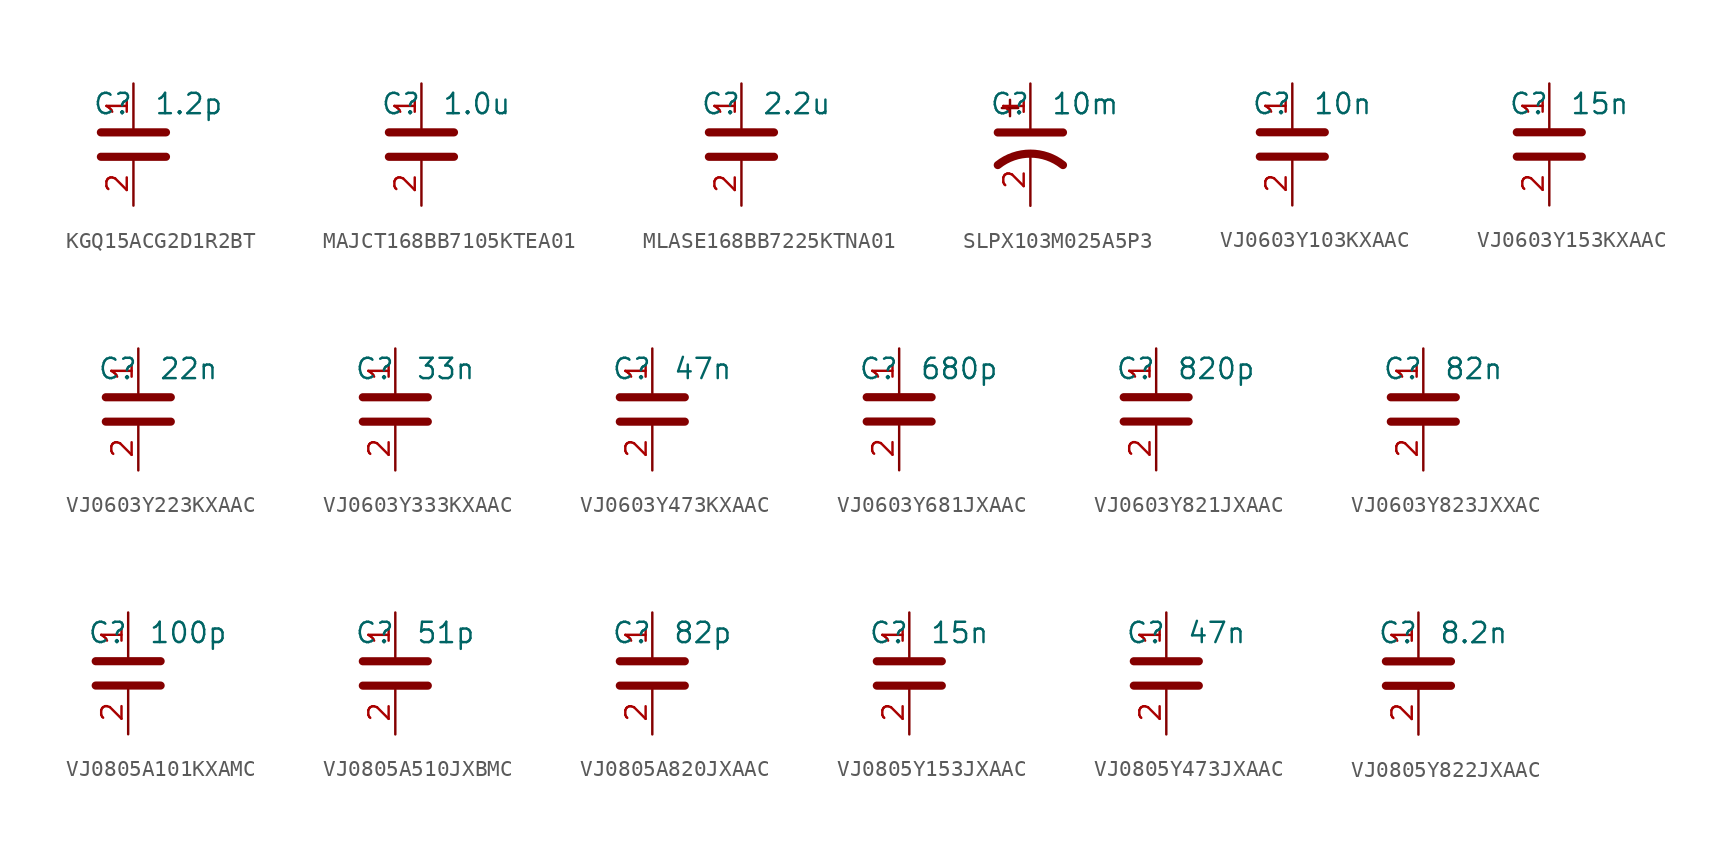
<source format=kicad_sym>
(kicad_symbol_lib
  (version 20241209)
  (generator "kicad_symbol_editor")
  (generator_version "9.0")
  (symbol "KGQ15ACG2D1R2BT"
    (property "Reference" "C"
      (at 0 2.54 0)
      (effects (font (size 1.27 1.27)) (justify right)))
    (property "Value" "1.2p"
      (at 1.27 2.54 0)
      (effects (font (size 1.27 1.27)) (justify left)))
    (symbol "KGQ15ACG2D1R2BT_0_1"
      (polyline (pts (xy -2.032 0.762) (xy 2.032 0.762)) (stroke (width 0.508) (type default)) (fill (type none)))
      (polyline (pts (xy -2.032 -0.762) (xy 2.032 -0.762)) (stroke (width 0.508) (type default)) (fill (type none))))
    (symbol "KGQ15ACG2D1R2BT_1_1"
      (pin passive line (at 0 3.81 270) (length 2.794) (name "~" (effects (font (size 1.27 1.27)))) (number "1" (effects (font (size 1.27 1.27)))))
      (pin passive line (at 0 -3.81 90) (length 2.794) (name "~" (effects (font (size 1.27 1.27)))) (number "2" (effects (font (size 1.27 1.27)))))))
  (symbol "MAJCT168BB7105KTEA01"
    (property "Reference" "C"
      (at 0 2.54 0)
      (effects (font (size 1.27 1.27)) (justify right)))
    (property "Value" "1.0u"
      (at 1.27 2.54 0)
      (effects (font (size 1.27 1.27)) (justify left)))
    (symbol "MAJCT168BB7105KTEA01_0_1"
      (polyline (pts (xy -2.032 0.762) (xy 2.032 0.762)) (stroke (width 0.508) (type default)) (fill (type none)))
      (polyline (pts (xy -2.032 -0.762) (xy 2.032 -0.762)) (stroke (width 0.508) (type default)) (fill (type none))))
    (symbol "MAJCT168BB7105KTEA01_1_1"
      (pin passive line (at 0 3.81 270) (length 2.794) (name "~" (effects (font (size 1.27 1.27)))) (number "1" (effects (font (size 1.27 1.27)))))
      (pin passive line (at 0 -3.81 90) (length 2.794) (name "~" (effects (font (size 1.27 1.27)))) (number "2" (effects (font (size 1.27 1.27)))))))
  (symbol "MLASE168BB7225KTNA01"
    (property "Reference" "C"
      (at 0 2.54 0)
      (effects (font (size 1.27 1.27)) (justify right)))
    (property "Value" "2.2u"
      (at 1.27 2.54 0)
      (effects (font (size 1.27 1.27)) (justify left)))
    (symbol "MLASE168BB7225KTNA01_0_1"
      (polyline (pts (xy -2.032 0.762) (xy 2.032 0.762)) (stroke (width 0.508) (type default)) (fill (type none)))
      (polyline (pts (xy -2.032 -0.762) (xy 2.032 -0.762)) (stroke (width 0.508) (type default)) (fill (type none))))
    (symbol "MLASE168BB7225KTNA01_1_1"
      (pin passive line (at 0 3.81 270) (length 2.794) (name "~" (effects (font (size 1.27 1.27)))) (number "1" (effects (font (size 1.27 1.27)))))
      (pin passive line (at 0 -3.81 90) (length 2.794) (name "~" (effects (font (size 1.27 1.27)))) (number "2" (effects (font (size 1.27 1.27)))))))
  (symbol "SLPX103M025A5P3"
    (property "Reference" "C"
      (at 0 2.54 0)
      (effects (font (size 1.27 1.27)) (justify right)))
    (property "Value" "10m"
      (at 1.27 2.54 0)
      (effects (font (size 1.27 1.27)) (justify left)))
    (symbol "SLPX103M025A5P3_0_1"
      (polyline (pts (xy -2.032 0.762) (xy 2.032 0.762)) (stroke (width 0.508) (type default)) (fill (type none)))
      (polyline (pts (xy -1.778 2.286) (xy -0.762 2.286)) (stroke (width 0) (type default)) (fill (type none)))
      (polyline (pts (xy -1.27 1.778) (xy -1.27 2.794)) (stroke (width 0) (type default)) (fill (type none)))
      (arc (start -2.032 -1.27) (mid 0 -0.5572) (end 2.032 -1.27) (stroke (width 0.508) (type default)) (fill (type none))))
    (symbol "SLPX103M025A5P3_1_1"
      (pin passive line (at 0 3.81 270) (length 2.794) (name "~" (effects (font (size 1.27 1.27)))) (number "1" (effects (font (size 1.27 1.27)))))
      (pin passive line (at 0 -3.81 90) (length 3.302) (name "~" (effects (font (size 1.27 1.27)))) (number "2" (effects (font (size 1.27 1.27)))))))
  (symbol "VJ0603Y103KXAAC"
    (property "Reference" "C"
      (at 0 2.54 0)
      (effects (font (size 1.27 1.27)) (justify right)))
    (property "Value" "10n"
      (at 1.27 2.54 0)
      (effects (font (size 1.27 1.27)) (justify left)))
    (symbol "VJ0603Y103KXAAC_0_1"
      (polyline (pts (xy -2.032 0.762) (xy 2.032 0.762)) (stroke (width 0.508) (type default)) (fill (type none)))
      (polyline (pts (xy -2.032 -0.762) (xy 2.032 -0.762)) (stroke (width 0.508) (type default)) (fill (type none))))
    (symbol "VJ0603Y103KXAAC_1_1"
      (pin passive line (at 0 3.81 270) (length 2.794) (name "~" (effects (font (size 1.27 1.27)))) (number "1" (effects (font (size 1.27 1.27)))))
      (pin passive line (at 0 -3.81 90) (length 2.794) (name "~" (effects (font (size 1.27 1.27)))) (number "2" (effects (font (size 1.27 1.27)))))))
  (symbol "VJ0603Y153KXAAC"
    (property "Reference" "C"
      (at 0 2.54 0)
      (effects (font (size 1.27 1.27)) (justify right)))
    (property "Value" "15n"
      (at 1.27 2.54 0)
      (effects (font (size 1.27 1.27)) (justify left)))
    (symbol "VJ0603Y153KXAAC_0_1"
      (polyline (pts (xy -2.032 0.762) (xy 2.032 0.762)) (stroke (width 0.508) (type default)) (fill (type none)))
      (polyline (pts (xy -2.032 -0.762) (xy 2.032 -0.762)) (stroke (width 0.508) (type default)) (fill (type none))))
    (symbol "VJ0603Y153KXAAC_1_1"
      (pin passive line (at 0 3.81 270) (length 2.794) (name "~" (effects (font (size 1.27 1.27)))) (number "1" (effects (font (size 1.27 1.27)))))
      (pin passive line (at 0 -3.81 90) (length 2.794) (name "~" (effects (font (size 1.27 1.27)))) (number "2" (effects (font (size 1.27 1.27)))))))
  (symbol "VJ0603Y223KXAAC"
    (property "Reference" "C"
      (at 0 2.54 0)
      (effects (font (size 1.27 1.27)) (justify right)))
    (property "Value" "22n"
      (at 1.27 2.54 0)
      (effects (font (size 1.27 1.27)) (justify left)))
    (symbol "VJ0603Y223KXAAC_0_1"
      (polyline (pts (xy -2.032 0.762) (xy 2.032 0.762)) (stroke (width 0.508) (type default)) (fill (type none)))
      (polyline (pts (xy -2.032 -0.762) (xy 2.032 -0.762)) (stroke (width 0.508) (type default)) (fill (type none))))
    (symbol "VJ0603Y223KXAAC_1_1"
      (pin passive line (at 0 3.81 270) (length 2.794) (name "~" (effects (font (size 1.27 1.27)))) (number "1" (effects (font (size 1.27 1.27)))))
      (pin passive line (at 0 -3.81 90) (length 2.794) (name "~" (effects (font (size 1.27 1.27)))) (number "2" (effects (font (size 1.27 1.27)))))))
  (symbol "VJ0603Y333KXAAC"
    (property "Reference" "C"
      (at 0 2.54 0)
      (effects (font (size 1.27 1.27)) (justify right)))
    (property "Value" "33n"
      (at 1.27 2.54 0)
      (effects (font (size 1.27 1.27)) (justify left)))
    (symbol "VJ0603Y333KXAAC_0_1"
      (polyline (pts (xy -2.032 0.762) (xy 2.032 0.762)) (stroke (width 0.508) (type default)) (fill (type none)))
      (polyline (pts (xy -2.032 -0.762) (xy 2.032 -0.762)) (stroke (width 0.508) (type default)) (fill (type none))))
    (symbol "VJ0603Y333KXAAC_1_1"
      (pin passive line (at 0 3.81 270) (length 2.794) (name "~" (effects (font (size 1.27 1.27)))) (number "1" (effects (font (size 1.27 1.27)))))
      (pin passive line (at 0 -3.81 90) (length 2.794) (name "~" (effects (font (size 1.27 1.27)))) (number "2" (effects (font (size 1.27 1.27)))))))
  (symbol "VJ0603Y473KXAAC"
    (property "Reference" "C"
      (at 0 2.54 0)
      (effects (font (size 1.27 1.27)) (justify right)))
    (property "Value" "47n"
      (at 1.27 2.54 0)
      (effects (font (size 1.27 1.27)) (justify left)))
    (symbol "VJ0603Y473KXAAC_0_1"
      (polyline (pts (xy -2.032 0.762) (xy 2.032 0.762)) (stroke (width 0.508) (type default)) (fill (type none)))
      (polyline (pts (xy -2.032 -0.762) (xy 2.032 -0.762)) (stroke (width 0.508) (type default)) (fill (type none))))
    (symbol "VJ0603Y473KXAAC_1_1"
      (pin passive line (at 0 3.81 270) (length 2.794) (name "~" (effects (font (size 1.27 1.27)))) (number "1" (effects (font (size 1.27 1.27)))))
      (pin passive line (at 0 -3.81 90) (length 2.794) (name "~" (effects (font (size 1.27 1.27)))) (number "2" (effects (font (size 1.27 1.27)))))))
  (symbol "VJ0603Y681JXAAC"
    (property "Reference" "C"
      (at 0 2.54 0)
      (effects (font (size 1.27 1.27)) (justify right)))
    (property "Value" "680p"
      (at 1.27 2.54 0)
      (effects (font (size 1.27 1.27)) (justify left)))
    (symbol "VJ0603Y681JXAAC_0_1"
      (polyline (pts (xy -2.032 0.762) (xy 2.032 0.762)) (stroke (width 0.508) (type default)) (fill (type none)))
      (polyline (pts (xy -2.032 -0.762) (xy 2.032 -0.762)) (stroke (width 0.508) (type default)) (fill (type none))))
    (symbol "VJ0603Y681JXAAC_1_1"
      (pin passive line (at 0 3.81 270) (length 2.794) (name "~" (effects (font (size 1.27 1.27)))) (number "1" (effects (font (size 1.27 1.27)))))
      (pin passive line (at 0 -3.81 90) (length 2.794) (name "~" (effects (font (size 1.27 1.27)))) (number "2" (effects (font (size 1.27 1.27)))))))
  (symbol "VJ0603Y821JXAAC"
    (property "Reference" "C"
      (at 0 2.54 0)
      (effects (font (size 1.27 1.27)) (justify right)))
    (property "Value" "820p"
      (at 1.27 2.54 0)
      (effects (font (size 1.27 1.27)) (justify left)))
    (symbol "VJ0603Y821JXAAC_0_1"
      (polyline (pts (xy -2.032 0.762) (xy 2.032 0.762)) (stroke (width 0.508) (type default)) (fill (type none)))
      (polyline (pts (xy -2.032 -0.762) (xy 2.032 -0.762)) (stroke (width 0.508) (type default)) (fill (type none))))
    (symbol "VJ0603Y821JXAAC_1_1"
      (pin passive line (at 0 3.81 270) (length 2.794) (name "~" (effects (font (size 1.27 1.27)))) (number "1" (effects (font (size 1.27 1.27)))))
      (pin passive line (at 0 -3.81 90) (length 2.794) (name "~" (effects (font (size 1.27 1.27)))) (number "2" (effects (font (size 1.27 1.27)))))))
  (symbol "VJ0603Y823JXXAC"
    (property "Reference" "C"
      (at 0 2.54 0)
      (effects (font (size 1.27 1.27)) (justify right)))
    (property "Value" "82n"
      (at 1.27 2.54 0)
      (effects (font (size 1.27 1.27)) (justify left)))
    (symbol "VJ0603Y823JXXAC_0_1"
      (polyline (pts (xy -2.032 0.762) (xy 2.032 0.762)) (stroke (width 0.508) (type default)) (fill (type none)))
      (polyline (pts (xy -2.032 -0.762) (xy 2.032 -0.762)) (stroke (width 0.508) (type default)) (fill (type none))))
    (symbol "VJ0603Y823JXXAC_1_1"
      (pin passive line (at 0 3.81 270) (length 2.794) (name "~" (effects (font (size 1.27 1.27)))) (number "1" (effects (font (size 1.27 1.27)))))
      (pin passive line (at 0 -3.81 90) (length 2.794) (name "~" (effects (font (size 1.27 1.27)))) (number "2" (effects (font (size 1.27 1.27)))))))
  (symbol "VJ0805A101KXAMC"
    (property "Reference" "C"
      (at 0 2.54 0)
      (effects (font (size 1.27 1.27)) (justify right)))
    (property "Value" "100p"
      (at 1.27 2.54 0)
      (effects (font (size 1.27 1.27)) (justify left)))
    (symbol "VJ0805A101KXAMC_0_1"
      (polyline (pts (xy -2.032 0.762) (xy 2.032 0.762)) (stroke (width 0.508) (type default)) (fill (type none)))
      (polyline (pts (xy -2.032 -0.762) (xy 2.032 -0.762)) (stroke (width 0.508) (type default)) (fill (type none))))
    (symbol "VJ0805A101KXAMC_1_1"
      (pin passive line (at 0 3.81 270) (length 2.794) (name "~" (effects (font (size 1.27 1.27)))) (number "1" (effects (font (size 1.27 1.27)))))
      (pin passive line (at 0 -3.81 90) (length 2.794) (name "~" (effects (font (size 1.27 1.27)))) (number "2" (effects (font (size 1.27 1.27)))))))
  (symbol "VJ0805A510JXBMC"
    (property "Reference" "C"
      (at 0 2.54 0)
      (effects (font (size 1.27 1.27)) (justify right)))
    (property "Value" "51p"
      (at 1.27 2.54 0)
      (effects (font (size 1.27 1.27)) (justify left)))
    (symbol "VJ0805A510JXBMC_0_1"
      (polyline (pts (xy -2.032 0.762) (xy 2.032 0.762)) (stroke (width 0.508) (type default)) (fill (type none)))
      (polyline (pts (xy -2.032 -0.762) (xy 2.032 -0.762)) (stroke (width 0.508) (type default)) (fill (type none))))
    (symbol "VJ0805A510JXBMC_1_1"
      (pin passive line (at 0 3.81 270) (length 2.794) (name "~" (effects (font (size 1.27 1.27)))) (number "1" (effects (font (size 1.27 1.27)))))
      (pin passive line (at 0 -3.81 90) (length 2.794) (name "~" (effects (font (size 1.27 1.27)))) (number "2" (effects (font (size 1.27 1.27)))))))
  (symbol "VJ0805A820JXAAC"
    (property "Reference" "C"
      (at 0 2.54 0)
      (effects (font (size 1.27 1.27)) (justify right)))
    (property "Value" "82p"
      (at 1.27 2.54 0)
      (effects (font (size 1.27 1.27)) (justify left)))
    (symbol "VJ0805A820JXAAC_0_1"
      (polyline (pts (xy -2.032 0.762) (xy 2.032 0.762)) (stroke (width 0.508) (type default)) (fill (type none)))
      (polyline (pts (xy -2.032 -0.762) (xy 2.032 -0.762)) (stroke (width 0.508) (type default)) (fill (type none))))
    (symbol "VJ0805A820JXAAC_1_1"
      (pin passive line (at 0 3.81 270) (length 2.794) (name "~" (effects (font (size 1.27 1.27)))) (number "1" (effects (font (size 1.27 1.27)))))
      (pin passive line (at 0 -3.81 90) (length 2.794) (name "~" (effects (font (size 1.27 1.27)))) (number "2" (effects (font (size 1.27 1.27)))))))
  (symbol "VJ0805Y153JXAAC"
    (property "Reference" "C"
      (at 0 2.54 0)
      (effects (font (size 1.27 1.27)) (justify right)))
    (property "Value" "15n"
      (at 1.27 2.54 0)
      (effects (font (size 1.27 1.27)) (justify left)))
    (symbol "VJ0805Y153JXAAC_0_1"
      (polyline (pts (xy -2.032 0.762) (xy 2.032 0.762)) (stroke (width 0.508) (type default)) (fill (type none)))
      (polyline (pts (xy -2.032 -0.762) (xy 2.032 -0.762)) (stroke (width 0.508) (type default)) (fill (type none))))
    (symbol "VJ0805Y153JXAAC_1_1"
      (pin passive line (at 0 3.81 270) (length 2.794) (name "~" (effects (font (size 1.27 1.27)))) (number "1" (effects (font (size 1.27 1.27)))))
      (pin passive line (at 0 -3.81 90) (length 2.794) (name "~" (effects (font (size 1.27 1.27)))) (number "2" (effects (font (size 1.27 1.27)))))))
  (symbol "VJ0805Y473JXAAC"
    (property "Reference" "C"
      (at 0 2.54 0)
      (effects (font (size 1.27 1.27)) (justify right)))
    (property "Value" "47n"
      (at 1.27 2.54 0)
      (effects (font (size 1.27 1.27)) (justify left)))
    (symbol "VJ0805Y473JXAAC_0_1"
      (polyline (pts (xy -2.032 0.762) (xy 2.032 0.762)) (stroke (width 0.508) (type default)) (fill (type none)))
      (polyline (pts (xy -2.032 -0.762) (xy 2.032 -0.762)) (stroke (width 0.508) (type default)) (fill (type none))))
    (symbol "VJ0805Y473JXAAC_1_1"
      (pin passive line (at 0 3.81 270) (length 2.794) (name "~" (effects (font (size 1.27 1.27)))) (number "1" (effects (font (size 1.27 1.27)))))
      (pin passive line (at 0 -3.81 90) (length 2.794) (name "~" (effects (font (size 1.27 1.27)))) (number "2" (effects (font (size 1.27 1.27)))))))
  (symbol "VJ0805Y822JXAAC"
    (property "Reference" "C"
      (at 0 2.54 0)
      (effects (font (size 1.27 1.27)) (justify right)))
    (property "Value" "8.2n"
      (at 1.27 2.54 0)
      (effects (font (size 1.27 1.27)) (justify left)))
    (symbol "VJ0805Y822JXAAC_0_1"
      (polyline (pts (xy -2.032 0.762) (xy 2.032 0.762)) (stroke (width 0.508) (type default)) (fill (type none)))
      (polyline (pts (xy -2.032 -0.762) (xy 2.032 -0.762)) (stroke (width 0.508) (type default)) (fill (type none))))
    (symbol "VJ0805Y822JXAAC_1_1"
      (pin passive line (at 0 3.81 270) (length 2.794) (name "~" (effects (font (size 1.27 1.27)))) (number "1" (effects (font (size 1.27 1.27)))))
      (pin passive line (at 0 -3.81 90) (length 2.794) (name "~" (effects (font (size 1.27 1.27)))) (number "2" (effects (font (size 1.27 1.27))))))))
</source>
